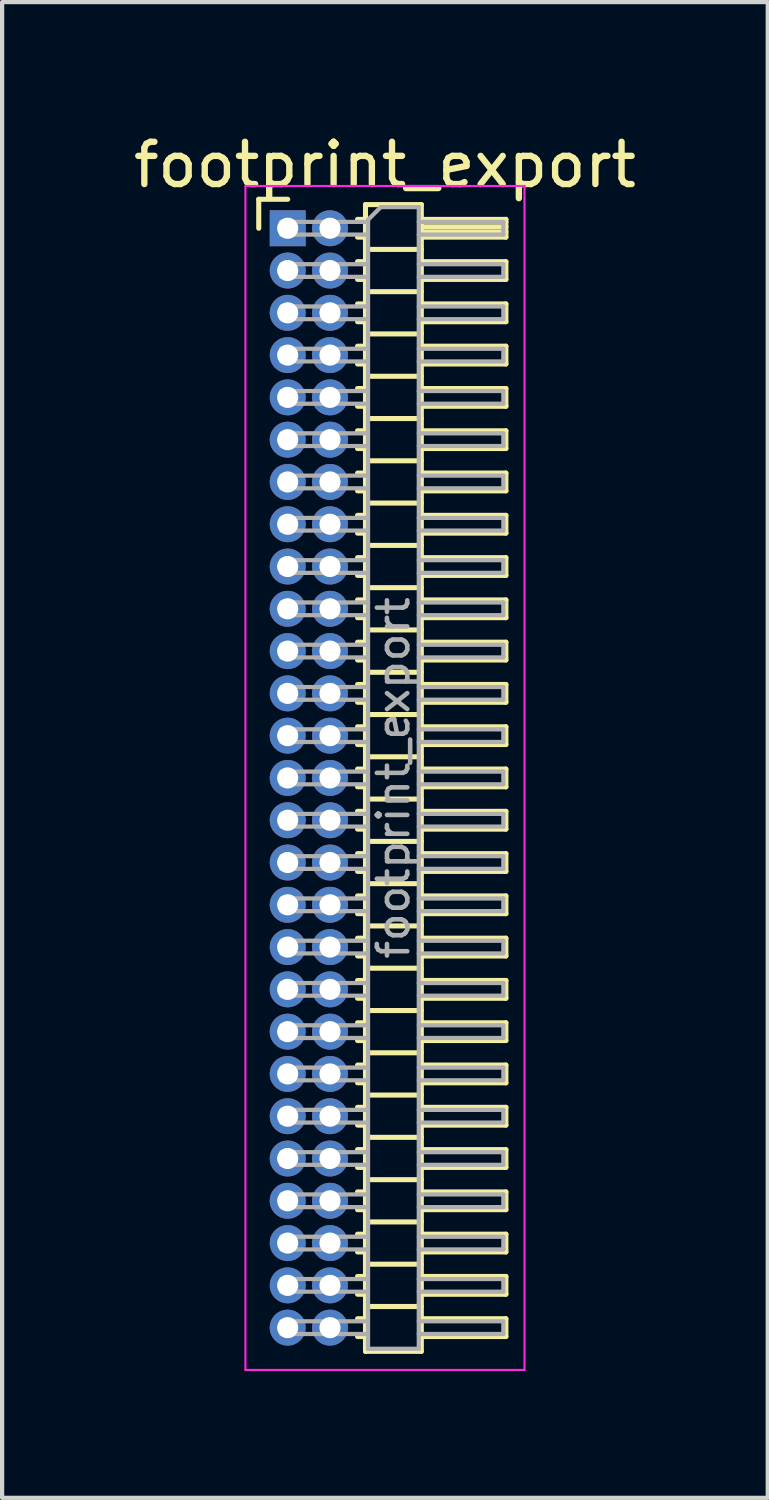
<source format=kicad_pcb>
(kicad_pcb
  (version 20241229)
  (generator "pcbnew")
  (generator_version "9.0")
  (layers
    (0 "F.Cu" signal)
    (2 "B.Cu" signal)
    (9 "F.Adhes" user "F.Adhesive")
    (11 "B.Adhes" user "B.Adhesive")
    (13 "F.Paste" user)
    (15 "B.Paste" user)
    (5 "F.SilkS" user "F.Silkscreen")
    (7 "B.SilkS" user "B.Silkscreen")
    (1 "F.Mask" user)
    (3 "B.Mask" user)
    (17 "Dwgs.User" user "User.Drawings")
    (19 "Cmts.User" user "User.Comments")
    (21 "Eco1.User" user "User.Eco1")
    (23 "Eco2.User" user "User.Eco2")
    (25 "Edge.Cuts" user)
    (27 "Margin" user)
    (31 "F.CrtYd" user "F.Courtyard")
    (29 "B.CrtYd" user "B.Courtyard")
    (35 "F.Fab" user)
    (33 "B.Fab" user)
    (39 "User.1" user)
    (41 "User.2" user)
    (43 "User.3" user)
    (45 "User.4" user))
  (footprint "footprint_export"
    (layer "F.Cu")
    (at 3.754 2.348)
    (property "Reference" "footprint_export" (at 2.3 -1.5 0) (layer "F.SilkS") (effects (font (size 1 1) (thickness 0.15))))
    (attr through_hole)
    (fp_line (start -0.685 -0.685) (end 0 -0.685) (stroke (width 0.12) (type solid)) (layer "F.SilkS"))
    (fp_line (start -0.685 0) (end -0.685 -0.685) (stroke (width 0.12) (type solid)) (layer "F.SilkS"))
    (fp_line (start 1.652 -0.21) (end 1.84 -0.21) (stroke (width 0.12) (type solid)) (layer "F.SilkS"))
    (fp_line (start 1.652 0.21) (end 1.84 0.21) (stroke (width 0.12) (type solid)) (layer "F.SilkS"))
    (fp_line (start 1.652 0.79) (end 1.84 0.79) (stroke (width 0.12) (type solid)) (layer "F.SilkS"))
    (fp_line (start 1.652 1.21) (end 1.84 1.21) (stroke (width 0.12) (type solid)) (layer "F.SilkS"))
    (fp_line (start 1.652 1.79) (end 1.84 1.79) (stroke (width 0.12) (type solid)) (layer "F.SilkS"))
    (fp_line (start 1.652 2.21) (end 1.84 2.21) (stroke (width 0.12) (type solid)) (layer "F.SilkS"))
    (fp_line (start 1.652 2.79) (end 1.84 2.79) (stroke (width 0.12) (type solid)) (layer "F.SilkS"))
    (fp_line (start 1.652 3.21) (end 1.84 3.21) (stroke (width 0.12) (type solid)) (layer "F.SilkS"))
    (fp_line (start 1.652 3.79) (end 1.84 3.79) (stroke (width 0.12) (type solid)) (layer "F.SilkS"))
    (fp_line (start 1.652 4.21) (end 1.84 4.21) (stroke (width 0.12) (type solid)) (layer "F.SilkS"))
    (fp_line (start 1.652 4.79) (end 1.84 4.79) (stroke (width 0.12) (type solid)) (layer "F.SilkS"))
    (fp_line (start 1.652 5.21) (end 1.84 5.21) (stroke (width 0.12) (type solid)) (layer "F.SilkS"))
    (fp_line (start 1.652 5.79) (end 1.84 5.79) (stroke (width 0.12) (type solid)) (layer "F.SilkS"))
    (fp_line (start 1.652 6.21) (end 1.84 6.21) (stroke (width 0.12) (type solid)) (layer "F.SilkS"))
    (fp_line (start 1.652 6.79) (end 1.84 6.79) (stroke (width 0.12) (type solid)) (layer "F.SilkS"))
    (fp_line (start 1.652 7.21) (end 1.84 7.21) (stroke (width 0.12) (type solid)) (layer "F.SilkS"))
    (fp_line (start 1.652 7.79) (end 1.84 7.79) (stroke (width 0.12) (type solid)) (layer "F.SilkS"))
    (fp_line (start 1.652 8.21) (end 1.84 8.21) (stroke (width 0.12) (type solid)) (layer "F.SilkS"))
    (fp_line (start 1.652 8.79) (end 1.84 8.79) (stroke (width 0.12) (type solid)) (layer "F.SilkS"))
    (fp_line (start 1.652 9.21) (end 1.84 9.21) (stroke (width 0.12) (type solid)) (layer "F.SilkS"))
    (fp_line (start 1.652 9.79) (end 1.84 9.79) (stroke (width 0.12) (type solid)) (layer "F.SilkS"))
    (fp_line (start 1.652 10.21) (end 1.84 10.21) (stroke (width 0.12) (type solid)) (layer "F.SilkS"))
    (fp_line (start 1.652 10.79) (end 1.84 10.79) (stroke (width 0.12) (type solid)) (layer "F.SilkS"))
    (fp_line (start 1.652 11.21) (end 1.84 11.21) (stroke (width 0.12) (type solid)) (layer "F.SilkS"))
    (fp_line (start 1.652 11.79) (end 1.84 11.79) (stroke (width 0.12) (type solid)) (layer "F.SilkS"))
    (fp_line (start 1.652 12.21) (end 1.84 12.21) (stroke (width 0.12) (type solid)) (layer "F.SilkS"))
    (fp_line (start 1.652 12.79) (end 1.84 12.79) (stroke (width 0.12) (type solid)) (layer "F.SilkS"))
    (fp_line (start 1.652 13.21) (end 1.84 13.21) (stroke (width 0.12) (type solid)) (layer "F.SilkS"))
    (fp_line (start 1.652 13.79) (end 1.84 13.79) (stroke (width 0.12) (type solid)) (layer "F.SilkS"))
    (fp_line (start 1.652 14.21) (end 1.84 14.21) (stroke (width 0.12) (type solid)) (layer "F.SilkS"))
    (fp_line (start 1.652 14.79) (end 1.84 14.79) (stroke (width 0.12) (type solid)) (layer "F.SilkS"))
    (fp_line (start 1.652 15.21) (end 1.84 15.21) (stroke (width 0.12) (type solid)) (layer "F.SilkS"))
    (fp_line (start 1.652 15.79) (end 1.84 15.79) (stroke (width 0.12) (type solid)) (layer "F.SilkS"))
    (fp_line (start 1.652 16.21) (end 1.84 16.21) (stroke (width 0.12) (type solid)) (layer "F.SilkS"))
    (fp_line (start 1.652 16.79) (end 1.84 16.79) (stroke (width 0.12) (type solid)) (layer "F.SilkS"))
    (fp_line (start 1.652 17.21) (end 1.84 17.21) (stroke (width 0.12) (type solid)) (layer "F.SilkS"))
    (fp_line (start 1.652 17.79) (end 1.84 17.79) (stroke (width 0.12) (type solid)) (layer "F.SilkS"))
    (fp_line (start 1.652 18.21) (end 1.84 18.21) (stroke (width 0.12) (type solid)) (layer "F.SilkS"))
    (fp_line (start 1.652 18.79) (end 1.84 18.79) (stroke (width 0.12) (type solid)) (layer "F.SilkS"))
    (fp_line (start 1.652 19.21) (end 1.84 19.21) (stroke (width 0.12) (type solid)) (layer "F.SilkS"))
    (fp_line (start 1.652 19.79) (end 1.84 19.79) (stroke (width 0.12) (type solid)) (layer "F.SilkS"))
    (fp_line (start 1.652 20.21) (end 1.84 20.21) (stroke (width 0.12) (type solid)) (layer "F.SilkS"))
    (fp_line (start 1.652 20.79) (end 1.84 20.79) (stroke (width 0.12) (type solid)) (layer "F.SilkS"))
    (fp_line (start 1.652 21.21) (end 1.84 21.21) (stroke (width 0.12) (type solid)) (layer "F.SilkS"))
    (fp_line (start 1.652 21.79) (end 1.84 21.79) (stroke (width 0.12) (type solid)) (layer "F.SilkS"))
    (fp_line (start 1.652 22.21) (end 1.84 22.21) (stroke (width 0.12) (type solid)) (layer "F.SilkS"))
    (fp_line (start 1.652 22.79) (end 1.84 22.79) (stroke (width 0.12) (type solid)) (layer "F.SilkS"))
    (fp_line (start 1.652 23.21) (end 1.84 23.21) (stroke (width 0.12) (type solid)) (layer "F.SilkS"))
    (fp_line (start 1.652 23.79) (end 1.84 23.79) (stroke (width 0.12) (type solid)) (layer "F.SilkS"))
    (fp_line (start 1.652 24.21) (end 1.84 24.21) (stroke (width 0.12) (type solid)) (layer "F.SilkS"))
    (fp_line (start 1.652 24.79) (end 1.84 24.79) (stroke (width 0.12) (type solid)) (layer "F.SilkS"))
    (fp_line (start 1.652 25.21) (end 1.84 25.21) (stroke (width 0.12) (type solid)) (layer "F.SilkS"))
    (fp_line (start 1.652 25.79) (end 1.84 25.79) (stroke (width 0.12) (type solid)) (layer "F.SilkS"))
    (fp_line (start 1.652 26.21) (end 1.84 26.21) (stroke (width 0.12) (type solid)) (layer "F.SilkS"))
    (fp_line (start 1.84 -0.56) (end 1.84 26.56) (stroke (width 0.12) (type solid)) (layer "F.SilkS"))
    (fp_line (start 1.84 0.5) (end 3.16 0.5) (stroke (width 0.12) (type solid)) (layer "F.SilkS"))
    (fp_line (start 1.84 1.5) (end 3.16 1.5) (stroke (width 0.12) (type solid)) (layer "F.SilkS"))
    (fp_line (start 1.84 2.5) (end 3.16 2.5) (stroke (width 0.12) (type solid)) (layer "F.SilkS"))
    (fp_line (start 1.84 3.5) (end 3.16 3.5) (stroke (width 0.12) (type solid)) (layer "F.SilkS"))
    (fp_line (start 1.84 4.5) (end 3.16 4.5) (stroke (width 0.12) (type solid)) (layer "F.SilkS"))
    (fp_line (start 1.84 5.5) (end 3.16 5.5) (stroke (width 0.12) (type solid)) (layer "F.SilkS"))
    (fp_line (start 1.84 6.5) (end 3.16 6.5) (stroke (width 0.12) (type solid)) (layer "F.SilkS"))
    (fp_line (start 1.84 7.5) (end 3.16 7.5) (stroke (width 0.12) (type solid)) (layer "F.SilkS"))
    (fp_line (start 1.84 8.5) (end 3.16 8.5) (stroke (width 0.12) (type solid)) (layer "F.SilkS"))
    (fp_line (start 1.84 9.5) (end 3.16 9.5) (stroke (width 0.12) (type solid)) (layer "F.SilkS"))
    (fp_line (start 1.84 10.5) (end 3.16 10.5) (stroke (width 0.12) (type solid)) (layer "F.SilkS"))
    (fp_line (start 1.84 11.5) (end 3.16 11.5) (stroke (width 0.12) (type solid)) (layer "F.SilkS"))
    (fp_line (start 1.84 12.5) (end 3.16 12.5) (stroke (width 0.12) (type solid)) (layer "F.SilkS"))
    (fp_line (start 1.84 13.5) (end 3.16 13.5) (stroke (width 0.12) (type solid)) (layer "F.SilkS"))
    (fp_line (start 1.84 14.5) (end 3.16 14.5) (stroke (width 0.12) (type solid)) (layer "F.SilkS"))
    (fp_line (start 1.84 15.5) (end 3.16 15.5) (stroke (width 0.12) (type solid)) (layer "F.SilkS"))
    (fp_line (start 1.84 16.5) (end 3.16 16.5) (stroke (width 0.12) (type solid)) (layer "F.SilkS"))
    (fp_line (start 1.84 17.5) (end 3.16 17.5) (stroke (width 0.12) (type solid)) (layer "F.SilkS"))
    (fp_line (start 1.84 18.5) (end 3.16 18.5) (stroke (width 0.12) (type solid)) (layer "F.SilkS"))
    (fp_line (start 1.84 19.5) (end 3.16 19.5) (stroke (width 0.12) (type solid)) (layer "F.SilkS"))
    (fp_line (start 1.84 20.5) (end 3.16 20.5) (stroke (width 0.12) (type solid)) (layer "F.SilkS"))
    (fp_line (start 1.84 21.5) (end 3.16 21.5) (stroke (width 0.12) (type solid)) (layer "F.SilkS"))
    (fp_line (start 1.84 22.5) (end 3.16 22.5) (stroke (width 0.12) (type solid)) (layer "F.SilkS"))
    (fp_line (start 1.84 23.5) (end 3.16 23.5) (stroke (width 0.12) (type solid)) (layer "F.SilkS"))
    (fp_line (start 1.84 24.5) (end 3.16 24.5) (stroke (width 0.12) (type solid)) (layer "F.SilkS"))
    (fp_line (start 1.84 25.5) (end 3.16 25.5) (stroke (width 0.12) (type solid)) (layer "F.SilkS"))
    (fp_line (start 1.84 26.56) (end 3.16 26.56) (stroke (width 0.12) (type solid)) (layer "F.SilkS"))
    (fp_line (start 3.16 -0.56) (end 1.84 -0.56) (stroke (width 0.12) (type solid)) (layer "F.SilkS"))
    (fp_line (start 3.16 -0.21) (end 5.16 -0.21) (stroke (width 0.12) (type solid)) (layer "F.SilkS"))
    (fp_line (start 3.16 -0.15) (end 5.16 -0.15) (stroke (width 0.12) (type solid)) (layer "F.SilkS"))
    (fp_line (start 3.16 -0.03) (end 5.16 -0.03) (stroke (width 0.12) (type solid)) (layer "F.SilkS"))
    (fp_line (start 3.16 0.09) (end 5.16 0.09) (stroke (width 0.12) (type solid)) (layer "F.SilkS"))
    (fp_line (start 3.16 0.79) (end 5.16 0.79) (stroke (width 0.12) (type solid)) (layer "F.SilkS"))
    (fp_line (start 3.16 1.79) (end 5.16 1.79) (stroke (width 0.12) (type solid)) (layer "F.SilkS"))
    (fp_line (start 3.16 2.79) (end 5.16 2.79) (stroke (width 0.12) (type solid)) (layer "F.SilkS"))
    (fp_line (start 3.16 3.79) (end 5.16 3.79) (stroke (width 0.12) (type solid)) (layer "F.SilkS"))
    (fp_line (start 3.16 4.79) (end 5.16 4.79) (stroke (width 0.12) (type solid)) (layer "F.SilkS"))
    (fp_line (start 3.16 5.79) (end 5.16 5.79) (stroke (width 0.12) (type solid)) (layer "F.SilkS"))
    (fp_line (start 3.16 6.79) (end 5.16 6.79) (stroke (width 0.12) (type solid)) (layer "F.SilkS"))
    (fp_line (start 3.16 7.79) (end 5.16 7.79) (stroke (width 0.12) (type solid)) (layer "F.SilkS"))
    (fp_line (start 3.16 8.79) (end 5.16 8.79) (stroke (width 0.12) (type solid)) (layer "F.SilkS"))
    (fp_line (start 3.16 9.79) (end 5.16 9.79) (stroke (width 0.12) (type solid)) (layer "F.SilkS"))
    (fp_line (start 3.16 10.79) (end 5.16 10.79) (stroke (width 0.12) (type solid)) (layer "F.SilkS"))
    (fp_line (start 3.16 11.79) (end 5.16 11.79) (stroke (width 0.12) (type solid)) (layer "F.SilkS"))
    (fp_line (start 3.16 12.79) (end 5.16 12.79) (stroke (width 0.12) (type solid)) (layer "F.SilkS"))
    (fp_line (start 3.16 13.79) (end 5.16 13.79) (stroke (width 0.12) (type solid)) (layer "F.SilkS"))
    (fp_line (start 3.16 14.79) (end 5.16 14.79) (stroke (width 0.12) (type solid)) (layer "F.SilkS"))
    (fp_line (start 3.16 15.79) (end 5.16 15.79) (stroke (width 0.12) (type solid)) (layer "F.SilkS"))
    (fp_line (start 3.16 16.79) (end 5.16 16.79) (stroke (width 0.12) (type solid)) (layer "F.SilkS"))
    (fp_line (start 3.16 17.79) (end 5.16 17.79) (stroke (width 0.12) (type solid)) (layer "F.SilkS"))
    (fp_line (start 3.16 18.79) (end 5.16 18.79) (stroke (width 0.12) (type solid)) (layer "F.SilkS"))
    (fp_line (start 3.16 19.79) (end 5.16 19.79) (stroke (width 0.12) (type solid)) (layer "F.SilkS"))
    (fp_line (start 3.16 20.79) (end 5.16 20.79) (stroke (width 0.12) (type solid)) (layer "F.SilkS"))
    (fp_line (start 3.16 21.79) (end 5.16 21.79) (stroke (width 0.12) (type solid)) (layer "F.SilkS"))
    (fp_line (start 3.16 22.79) (end 5.16 22.79) (stroke (width 0.12) (type solid)) (layer "F.SilkS"))
    (fp_line (start 3.16 23.79) (end 5.16 23.79) (stroke (width 0.12) (type solid)) (layer "F.SilkS"))
    (fp_line (start 3.16 24.79) (end 5.16 24.79) (stroke (width 0.12) (type solid)) (layer "F.SilkS"))
    (fp_line (start 3.16 25.79) (end 5.16 25.79) (stroke (width 0.12) (type solid)) (layer "F.SilkS"))
    (fp_line (start 3.16 26.56) (end 3.16 -0.56) (stroke (width 0.12) (type solid)) (layer "F.SilkS"))
    (fp_line (start 5.16 -0.21) (end 5.16 0.21) (stroke (width 0.12) (type solid)) (layer "F.SilkS"))
    (fp_line (start 5.16 0.21) (end 3.16 0.21) (stroke (width 0.12) (type solid)) (layer "F.SilkS"))
    (fp_line (start 5.16 0.79) (end 5.16 1.21) (stroke (width 0.12) (type solid)) (layer "F.SilkS"))
    (fp_line (start 5.16 1.21) (end 3.16 1.21) (stroke (width 0.12) (type solid)) (layer "F.SilkS"))
    (fp_line (start 5.16 1.79) (end 5.16 2.21) (stroke (width 0.12) (type solid)) (layer "F.SilkS"))
    (fp_line (start 5.16 2.21) (end 3.16 2.21) (stroke (width 0.12) (type solid)) (layer "F.SilkS"))
    (fp_line (start 5.16 2.79) (end 5.16 3.21) (stroke (width 0.12) (type solid)) (layer "F.SilkS"))
    (fp_line (start 5.16 3.21) (end 3.16 3.21) (stroke (width 0.12) (type solid)) (layer "F.SilkS"))
    (fp_line (start 5.16 3.79) (end 5.16 4.21) (stroke (width 0.12) (type solid)) (layer "F.SilkS"))
    (fp_line (start 5.16 4.21) (end 3.16 4.21) (stroke (width 0.12) (type solid)) (layer "F.SilkS"))
    (fp_line (start 5.16 4.79) (end 5.16 5.21) (stroke (width 0.12) (type solid)) (layer "F.SilkS"))
    (fp_line (start 5.16 5.21) (end 3.16 5.21) (stroke (width 0.12) (type solid)) (layer "F.SilkS"))
    (fp_line (start 5.16 5.79) (end 5.16 6.21) (stroke (width 0.12) (type solid)) (layer "F.SilkS"))
    (fp_line (start 5.16 6.21) (end 3.16 6.21) (stroke (width 0.12) (type solid)) (layer "F.SilkS"))
    (fp_line (start 5.16 6.79) (end 5.16 7.21) (stroke (width 0.12) (type solid)) (layer "F.SilkS"))
    (fp_line (start 5.16 7.21) (end 3.16 7.21) (stroke (width 0.12) (type solid)) (layer "F.SilkS"))
    (fp_line (start 5.16 7.79) (end 5.16 8.21) (stroke (width 0.12) (type solid)) (layer "F.SilkS"))
    (fp_line (start 5.16 8.21) (end 3.16 8.21) (stroke (width 0.12) (type solid)) (layer "F.SilkS"))
    (fp_line (start 5.16 8.79) (end 5.16 9.21) (stroke (width 0.12) (type solid)) (layer "F.SilkS"))
    (fp_line (start 5.16 9.21) (end 3.16 9.21) (stroke (width 0.12) (type solid)) (layer "F.SilkS"))
    (fp_line (start 5.16 9.79) (end 5.16 10.21) (stroke (width 0.12) (type solid)) (layer "F.SilkS"))
    (fp_line (start 5.16 10.21) (end 3.16 10.21) (stroke (width 0.12) (type solid)) (layer "F.SilkS"))
    (fp_line (start 5.16 10.79) (end 5.16 11.21) (stroke (width 0.12) (type solid)) (layer "F.SilkS"))
    (fp_line (start 5.16 11.21) (end 3.16 11.21) (stroke (width 0.12) (type solid)) (layer "F.SilkS"))
    (fp_line (start 5.16 11.79) (end 5.16 12.21) (stroke (width 0.12) (type solid)) (layer "F.SilkS"))
    (fp_line (start 5.16 12.21) (end 3.16 12.21) (stroke (width 0.12) (type solid)) (layer "F.SilkS"))
    (fp_line (start 5.16 12.79) (end 5.16 13.21) (stroke (width 0.12) (type solid)) (layer "F.SilkS"))
    (fp_line (start 5.16 13.21) (end 3.16 13.21) (stroke (width 0.12) (type solid)) (layer "F.SilkS"))
    (fp_line (start 5.16 13.79) (end 5.16 14.21) (stroke (width 0.12) (type solid)) (layer "F.SilkS"))
    (fp_line (start 5.16 14.21) (end 3.16 14.21) (stroke (width 0.12) (type solid)) (layer "F.SilkS"))
    (fp_line (start 5.16 14.79) (end 5.16 15.21) (stroke (width 0.12) (type solid)) (layer "F.SilkS"))
    (fp_line (start 5.16 15.21) (end 3.16 15.21) (stroke (width 0.12) (type solid)) (layer "F.SilkS"))
    (fp_line (start 5.16 15.79) (end 5.16 16.21) (stroke (width 0.12) (type solid)) (layer "F.SilkS"))
    (fp_line (start 5.16 16.21) (end 3.16 16.21) (stroke (width 0.12) (type solid)) (layer "F.SilkS"))
    (fp_line (start 5.16 16.79) (end 5.16 17.21) (stroke (width 0.12) (type solid)) (layer "F.SilkS"))
    (fp_line (start 5.16 17.21) (end 3.16 17.21) (stroke (width 0.12) (type solid)) (layer "F.SilkS"))
    (fp_line (start 5.16 17.79) (end 5.16 18.21) (stroke (width 0.12) (type solid)) (layer "F.SilkS"))
    (fp_line (start 5.16 18.21) (end 3.16 18.21) (stroke (width 0.12) (type solid)) (layer "F.SilkS"))
    (fp_line (start 5.16 18.79) (end 5.16 19.21) (stroke (width 0.12) (type solid)) (layer "F.SilkS"))
    (fp_line (start 5.16 19.21) (end 3.16 19.21) (stroke (width 0.12) (type solid)) (layer "F.SilkS"))
    (fp_line (start 5.16 19.79) (end 5.16 20.21) (stroke (width 0.12) (type solid)) (layer "F.SilkS"))
    (fp_line (start 5.16 20.21) (end 3.16 20.21) (stroke (width 0.12) (type solid)) (layer "F.SilkS"))
    (fp_line (start 5.16 20.79) (end 5.16 21.21) (stroke (width 0.12) (type solid)) (layer "F.SilkS"))
    (fp_line (start 5.16 21.21) (end 3.16 21.21) (stroke (width 0.12) (type solid)) (layer "F.SilkS"))
    (fp_line (start 5.16 21.79) (end 5.16 22.21) (stroke (width 0.12) (type solid)) (layer "F.SilkS"))
    (fp_line (start 5.16 22.21) (end 3.16 22.21) (stroke (width 0.12) (type solid)) (layer "F.SilkS"))
    (fp_line (start 5.16 22.79) (end 5.16 23.21) (stroke (width 0.12) (type solid)) (layer "F.SilkS"))
    (fp_line (start 5.16 23.21) (end 3.16 23.21) (stroke (width 0.12) (type solid)) (layer "F.SilkS"))
    (fp_line (start 5.16 23.79) (end 5.16 24.21) (stroke (width 0.12) (type solid)) (layer "F.SilkS"))
    (fp_line (start 5.16 24.21) (end 3.16 24.21) (stroke (width 0.12) (type solid)) (layer "F.SilkS"))
    (fp_line (start 5.16 24.79) (end 5.16 25.21) (stroke (width 0.12) (type solid)) (layer "F.SilkS"))
    (fp_line (start 5.16 25.21) (end 3.16 25.21) (stroke (width 0.12) (type solid)) (layer "F.SilkS"))
    (fp_line (start 5.16 25.79) (end 5.16 26.21) (stroke (width 0.12) (type solid)) (layer "F.SilkS"))
    (fp_line (start 5.16 26.21) (end 3.16 26.21) (stroke (width 0.12) (type solid)) (layer "F.SilkS"))
    (fp_line (start -1 -1) (end -1 27) (stroke (width 0.05) (type solid)) (layer "F.CrtYd"))
    (fp_line (start -1 27) (end 5.6 27) (stroke (width 0.05) (type solid)) (layer "F.CrtYd"))
    (fp_line (start 5.6 -1) (end -1 -1) (stroke (width 0.05) (type solid)) (layer "F.CrtYd"))
    (fp_line (start 5.6 27) (end 5.6 -1) (stroke (width 0.05) (type solid)) (layer "F.CrtYd"))
    (fp_line (start -0.15 -0.15) (end -0.15 0.15) (stroke (width 0.1) (type solid)) (layer "F.Fab"))
    (fp_line (start -0.15 -0.15) (end 1.9 -0.15) (stroke (width 0.1) (type solid)) (layer "F.Fab"))
    (fp_line (start -0.15 0.15) (end 1.9 0.15) (stroke (width 0.1) (type solid)) (layer "F.Fab"))
    (fp_line (start -0.15 0.85) (end -0.15 1.15) (stroke (width 0.1) (type solid)) (layer "F.Fab"))
    (fp_line (start -0.15 0.85) (end 1.9 0.85) (stroke (width 0.1) (type solid)) (layer "F.Fab"))
    (fp_line (start -0.15 1.15) (end 1.9 1.15) (stroke (width 0.1) (type solid)) (layer "F.Fab"))
    (fp_line (start -0.15 1.85) (end -0.15 2.15) (stroke (width 0.1) (type solid)) (layer "F.Fab"))
    (fp_line (start -0.15 1.85) (end 1.9 1.85) (stroke (width 0.1) (type solid)) (layer "F.Fab"))
    (fp_line (start -0.15 2.15) (end 1.9 2.15) (stroke (width 0.1) (type solid)) (layer "F.Fab"))
    (fp_line (start -0.15 2.85) (end -0.15 3.15) (stroke (width 0.1) (type solid)) (layer "F.Fab"))
    (fp_line (start -0.15 2.85) (end 1.9 2.85) (stroke (width 0.1) (type solid)) (layer "F.Fab"))
    (fp_line (start -0.15 3.15) (end 1.9 3.15) (stroke (width 0.1) (type solid)) (layer "F.Fab"))
    (fp_line (start -0.15 3.85) (end -0.15 4.15) (stroke (width 0.1) (type solid)) (layer "F.Fab"))
    (fp_line (start -0.15 3.85) (end 1.9 3.85) (stroke (width 0.1) (type solid)) (layer "F.Fab"))
    (fp_line (start -0.15 4.15) (end 1.9 4.15) (stroke (width 0.1) (type solid)) (layer "F.Fab"))
    (fp_line (start -0.15 4.85) (end -0.15 5.15) (stroke (width 0.1) (type solid)) (layer "F.Fab"))
    (fp_line (start -0.15 4.85) (end 1.9 4.85) (stroke (width 0.1) (type solid)) (layer "F.Fab"))
    (fp_line (start -0.15 5.15) (end 1.9 5.15) (stroke (width 0.1) (type solid)) (layer "F.Fab"))
    (fp_line (start -0.15 5.85) (end -0.15 6.15) (stroke (width 0.1) (type solid)) (layer "F.Fab"))
    (fp_line (start -0.15 5.85) (end 1.9 5.85) (stroke (width 0.1) (type solid)) (layer "F.Fab"))
    (fp_line (start -0.15 6.15) (end 1.9 6.15) (stroke (width 0.1) (type solid)) (layer "F.Fab"))
    (fp_line (start -0.15 6.85) (end -0.15 7.15) (stroke (width 0.1) (type solid)) (layer "F.Fab"))
    (fp_line (start -0.15 6.85) (end 1.9 6.85) (stroke (width 0.1) (type solid)) (layer "F.Fab"))
    (fp_line (start -0.15 7.15) (end 1.9 7.15) (stroke (width 0.1) (type solid)) (layer "F.Fab"))
    (fp_line (start -0.15 7.85) (end -0.15 8.15) (stroke (width 0.1) (type solid)) (layer "F.Fab"))
    (fp_line (start -0.15 7.85) (end 1.9 7.85) (stroke (width 0.1) (type solid)) (layer "F.Fab"))
    (fp_line (start -0.15 8.15) (end 1.9 8.15) (stroke (width 0.1) (type solid)) (layer "F.Fab"))
    (fp_line (start -0.15 8.85) (end -0.15 9.15) (stroke (width 0.1) (type solid)) (layer "F.Fab"))
    (fp_line (start -0.15 8.85) (end 1.9 8.85) (stroke (width 0.1) (type solid)) (layer "F.Fab"))
    (fp_line (start -0.15 9.15) (end 1.9 9.15) (stroke (width 0.1) (type solid)) (layer "F.Fab"))
    (fp_line (start -0.15 9.85) (end -0.15 10.15) (stroke (width 0.1) (type solid)) (layer "F.Fab"))
    (fp_line (start -0.15 9.85) (end 1.9 9.85) (stroke (width 0.1) (type solid)) (layer "F.Fab"))
    (fp_line (start -0.15 10.15) (end 1.9 10.15) (stroke (width 0.1) (type solid)) (layer "F.Fab"))
    (fp_line (start -0.15 10.85) (end -0.15 11.15) (stroke (width 0.1) (type solid)) (layer "F.Fab"))
    (fp_line (start -0.15 10.85) (end 1.9 10.85) (stroke (width 0.1) (type solid)) (layer "F.Fab"))
    (fp_line (start -0.15 11.15) (end 1.9 11.15) (stroke (width 0.1) (type solid)) (layer "F.Fab"))
    (fp_line (start -0.15 11.85) (end -0.15 12.15) (stroke (width 0.1) (type solid)) (layer "F.Fab"))
    (fp_line (start -0.15 11.85) (end 1.9 11.85) (stroke (width 0.1) (type solid)) (layer "F.Fab"))
    (fp_line (start -0.15 12.15) (end 1.9 12.15) (stroke (width 0.1) (type solid)) (layer "F.Fab"))
    (fp_line (start -0.15 12.85) (end -0.15 13.15) (stroke (width 0.1) (type solid)) (layer "F.Fab"))
    (fp_line (start -0.15 12.85) (end 1.9 12.85) (stroke (width 0.1) (type solid)) (layer "F.Fab"))
    (fp_line (start -0.15 13.15) (end 1.9 13.15) (stroke (width 0.1) (type solid)) (layer "F.Fab"))
    (fp_line (start -0.15 13.85) (end -0.15 14.15) (stroke (width 0.1) (type solid)) (layer "F.Fab"))
    (fp_line (start -0.15 13.85) (end 1.9 13.85) (stroke (width 0.1) (type solid)) (layer "F.Fab"))
    (fp_line (start -0.15 14.15) (end 1.9 14.15) (stroke (width 0.1) (type solid)) (layer "F.Fab"))
    (fp_line (start -0.15 14.85) (end -0.15 15.15) (stroke (width 0.1) (type solid)) (layer "F.Fab"))
    (fp_line (start -0.15 14.85) (end 1.9 14.85) (stroke (width 0.1) (type solid)) (layer "F.Fab"))
    (fp_line (start -0.15 15.15) (end 1.9 15.15) (stroke (width 0.1) (type solid)) (layer "F.Fab"))
    (fp_line (start -0.15 15.85) (end -0.15 16.15) (stroke (width 0.1) (type solid)) (layer "F.Fab"))
    (fp_line (start -0.15 15.85) (end 1.9 15.85) (stroke (width 0.1) (type solid)) (layer "F.Fab"))
    (fp_line (start -0.15 16.15) (end 1.9 16.15) (stroke (width 0.1) (type solid)) (layer "F.Fab"))
    (fp_line (start -0.15 16.85) (end -0.15 17.15) (stroke (width 0.1) (type solid)) (layer "F.Fab"))
    (fp_line (start -0.15 16.85) (end 1.9 16.85) (stroke (width 0.1) (type solid)) (layer "F.Fab"))
    (fp_line (start -0.15 17.15) (end 1.9 17.15) (stroke (width 0.1) (type solid)) (layer "F.Fab"))
    (fp_line (start -0.15 17.85) (end -0.15 18.15) (stroke (width 0.1) (type solid)) (layer "F.Fab"))
    (fp_line (start -0.15 17.85) (end 1.9 17.85) (stroke (width 0.1) (type solid)) (layer "F.Fab"))
    (fp_line (start -0.15 18.15) (end 1.9 18.15) (stroke (width 0.1) (type solid)) (layer "F.Fab"))
    (fp_line (start -0.15 18.85) (end -0.15 19.15) (stroke (width 0.1) (type solid)) (layer "F.Fab"))
    (fp_line (start -0.15 18.85) (end 1.9 18.85) (stroke (width 0.1) (type solid)) (layer "F.Fab"))
    (fp_line (start -0.15 19.15) (end 1.9 19.15) (stroke (width 0.1) (type solid)) (layer "F.Fab"))
    (fp_line (start -0.15 19.85) (end -0.15 20.15) (stroke (width 0.1) (type solid)) (layer "F.Fab"))
    (fp_line (start -0.15 19.85) (end 1.9 19.85) (stroke (width 0.1) (type solid)) (layer "F.Fab"))
    (fp_line (start -0.15 20.15) (end 1.9 20.15) (stroke (width 0.1) (type solid)) (layer "F.Fab"))
    (fp_line (start -0.15 20.85) (end -0.15 21.15) (stroke (width 0.1) (type solid)) (layer "F.Fab"))
    (fp_line (start -0.15 20.85) (end 1.9 20.85) (stroke (width 0.1) (type solid)) (layer "F.Fab"))
    (fp_line (start -0.15 21.15) (end 1.9 21.15) (stroke (width 0.1) (type solid)) (layer "F.Fab"))
    (fp_line (start -0.15 21.85) (end -0.15 22.15) (stroke (width 0.1) (type solid)) (layer "F.Fab"))
    (fp_line (start -0.15 21.85) (end 1.9 21.85) (stroke (width 0.1) (type solid)) (layer "F.Fab"))
    (fp_line (start -0.15 22.15) (end 1.9 22.15) (stroke (width 0.1) (type solid)) (layer "F.Fab"))
    (fp_line (start -0.15 22.85) (end -0.15 23.15) (stroke (width 0.1) (type solid)) (layer "F.Fab"))
    (fp_line (start -0.15 22.85) (end 1.9 22.85) (stroke (width 0.1) (type solid)) (layer "F.Fab"))
    (fp_line (start -0.15 23.15) (end 1.9 23.15) (stroke (width 0.1) (type solid)) (layer "F.Fab"))
    (fp_line (start -0.15 23.85) (end -0.15 24.15) (stroke (width 0.1) (type solid)) (layer "F.Fab"))
    (fp_line (start -0.15 23.85) (end 1.9 23.85) (stroke (width 0.1) (type solid)) (layer "F.Fab"))
    (fp_line (start -0.15 24.15) (end 1.9 24.15) (stroke (width 0.1) (type solid)) (layer "F.Fab"))
    (fp_line (start -0.15 24.85) (end -0.15 25.15) (stroke (width 0.1) (type solid)) (layer "F.Fab"))
    (fp_line (start -0.15 24.85) (end 1.9 24.85) (stroke (width 0.1) (type solid)) (layer "F.Fab"))
    (fp_line (start -0.15 25.15) (end 1.9 25.15) (stroke (width 0.1) (type solid)) (layer "F.Fab"))
    (fp_line (start -0.15 25.85) (end -0.15 26.15) (stroke (width 0.1) (type solid)) (layer "F.Fab"))
    (fp_line (start -0.15 25.85) (end 1.9 25.85) (stroke (width 0.1) (type solid)) (layer "F.Fab"))
    (fp_line (start -0.15 26.15) (end 1.9 26.15) (stroke (width 0.1) (type solid)) (layer "F.Fab"))
    (fp_line (start 1.9 -0.2) (end 2.2 -0.5) (stroke (width 0.1) (type solid)) (layer "F.Fab"))
    (fp_line (start 1.9 26.5) (end 1.9 -0.2) (stroke (width 0.1) (type solid)) (layer "F.Fab"))
    (fp_line (start 2.2 -0.5) (end 3.1 -0.5) (stroke (width 0.1) (type solid)) (layer "F.Fab"))
    (fp_line (start 3.1 -0.5) (end 3.1 26.5) (stroke (width 0.1) (type solid)) (layer "F.Fab"))
    (fp_line (start 3.1 -0.15) (end 5.1 -0.15) (stroke (width 0.1) (type solid)) (layer "F.Fab"))
    (fp_line (start 3.1 0.15) (end 5.1 0.15) (stroke (width 0.1) (type solid)) (layer "F.Fab"))
    (fp_line (start 3.1 0.85) (end 5.1 0.85) (stroke (width 0.1) (type solid)) (layer "F.Fab"))
    (fp_line (start 3.1 1.15) (end 5.1 1.15) (stroke (width 0.1) (type solid)) (layer "F.Fab"))
    (fp_line (start 3.1 1.85) (end 5.1 1.85) (stroke (width 0.1) (type solid)) (layer "F.Fab"))
    (fp_line (start 3.1 2.15) (end 5.1 2.15) (stroke (width 0.1) (type solid)) (layer "F.Fab"))
    (fp_line (start 3.1 2.85) (end 5.1 2.85) (stroke (width 0.1) (type solid)) (layer "F.Fab"))
    (fp_line (start 3.1 3.15) (end 5.1 3.15) (stroke (width 0.1) (type solid)) (layer "F.Fab"))
    (fp_line (start 3.1 3.85) (end 5.1 3.85) (stroke (width 0.1) (type solid)) (layer "F.Fab"))
    (fp_line (start 3.1 4.15) (end 5.1 4.15) (stroke (width 0.1) (type solid)) (layer "F.Fab"))
    (fp_line (start 3.1 4.85) (end 5.1 4.85) (stroke (width 0.1) (type solid)) (layer "F.Fab"))
    (fp_line (start 3.1 5.15) (end 5.1 5.15) (stroke (width 0.1) (type solid)) (layer "F.Fab"))
    (fp_line (start 3.1 5.85) (end 5.1 5.85) (stroke (width 0.1) (type solid)) (layer "F.Fab"))
    (fp_line (start 3.1 6.15) (end 5.1 6.15) (stroke (width 0.1) (type solid)) (layer "F.Fab"))
    (fp_line (start 3.1 6.85) (end 5.1 6.85) (stroke (width 0.1) (type solid)) (layer "F.Fab"))
    (fp_line (start 3.1 7.15) (end 5.1 7.15) (stroke (width 0.1) (type solid)) (layer "F.Fab"))
    (fp_line (start 3.1 7.85) (end 5.1 7.85) (stroke (width 0.1) (type solid)) (layer "F.Fab"))
    (fp_line (start 3.1 8.15) (end 5.1 8.15) (stroke (width 0.1) (type solid)) (layer "F.Fab"))
    (fp_line (start 3.1 8.85) (end 5.1 8.85) (stroke (width 0.1) (type solid)) (layer "F.Fab"))
    (fp_line (start 3.1 9.15) (end 5.1 9.15) (stroke (width 0.1) (type solid)) (layer "F.Fab"))
    (fp_line (start 3.1 9.85) (end 5.1 9.85) (stroke (width 0.1) (type solid)) (layer "F.Fab"))
    (fp_line (start 3.1 10.15) (end 5.1 10.15) (stroke (width 0.1) (type solid)) (layer "F.Fab"))
    (fp_line (start 3.1 10.85) (end 5.1 10.85) (stroke (width 0.1) (type solid)) (layer "F.Fab"))
    (fp_line (start 3.1 11.15) (end 5.1 11.15) (stroke (width 0.1) (type solid)) (layer "F.Fab"))
    (fp_line (start 3.1 11.85) (end 5.1 11.85) (stroke (width 0.1) (type solid)) (layer "F.Fab"))
    (fp_line (start 3.1 12.15) (end 5.1 12.15) (stroke (width 0.1) (type solid)) (layer "F.Fab"))
    (fp_line (start 3.1 12.85) (end 5.1 12.85) (stroke (width 0.1) (type solid)) (layer "F.Fab"))
    (fp_line (start 3.1 13.15) (end 5.1 13.15) (stroke (width 0.1) (type solid)) (layer "F.Fab"))
    (fp_line (start 3.1 13.85) (end 5.1 13.85) (stroke (width 0.1) (type solid)) (layer "F.Fab"))
    (fp_line (start 3.1 14.15) (end 5.1 14.15) (stroke (width 0.1) (type solid)) (layer "F.Fab"))
    (fp_line (start 3.1 14.85) (end 5.1 14.85) (stroke (width 0.1) (type solid)) (layer "F.Fab"))
    (fp_line (start 3.1 15.15) (end 5.1 15.15) (stroke (width 0.1) (type solid)) (layer "F.Fab"))
    (fp_line (start 3.1 15.85) (end 5.1 15.85) (stroke (width 0.1) (type solid)) (layer "F.Fab"))
    (fp_line (start 3.1 16.15) (end 5.1 16.15) (stroke (width 0.1) (type solid)) (layer "F.Fab"))
    (fp_line (start 3.1 16.85) (end 5.1 16.85) (stroke (width 0.1) (type solid)) (layer "F.Fab"))
    (fp_line (start 3.1 17.15) (end 5.1 17.15) (stroke (width 0.1) (type solid)) (layer "F.Fab"))
    (fp_line (start 3.1 17.85) (end 5.1 17.85) (stroke (width 0.1) (type solid)) (layer "F.Fab"))
    (fp_line (start 3.1 18.15) (end 5.1 18.15) (stroke (width 0.1) (type solid)) (layer "F.Fab"))
    (fp_line (start 3.1 18.85) (end 5.1 18.85) (stroke (width 0.1) (type solid)) (layer "F.Fab"))
    (fp_line (start 3.1 19.15) (end 5.1 19.15) (stroke (width 0.1) (type solid)) (layer "F.Fab"))
    (fp_line (start 3.1 19.85) (end 5.1 19.85) (stroke (width 0.1) (type solid)) (layer "F.Fab"))
    (fp_line (start 3.1 20.15) (end 5.1 20.15) (stroke (width 0.1) (type solid)) (layer "F.Fab"))
    (fp_line (start 3.1 20.85) (end 5.1 20.85) (stroke (width 0.1) (type solid)) (layer "F.Fab"))
    (fp_line (start 3.1 21.15) (end 5.1 21.15) (stroke (width 0.1) (type solid)) (layer "F.Fab"))
    (fp_line (start 3.1 21.85) (end 5.1 21.85) (stroke (width 0.1) (type solid)) (layer "F.Fab"))
    (fp_line (start 3.1 22.15) (end 5.1 22.15) (stroke (width 0.1) (type solid)) (layer "F.Fab"))
    (fp_line (start 3.1 22.85) (end 5.1 22.85) (stroke (width 0.1) (type solid)) (layer "F.Fab"))
    (fp_line (start 3.1 23.15) (end 5.1 23.15) (stroke (width 0.1) (type solid)) (layer "F.Fab"))
    (fp_line (start 3.1 23.85) (end 5.1 23.85) (stroke (width 0.1) (type solid)) (layer "F.Fab"))
    (fp_line (start 3.1 24.15) (end 5.1 24.15) (stroke (width 0.1) (type solid)) (layer "F.Fab"))
    (fp_line (start 3.1 24.85) (end 5.1 24.85) (stroke (width 0.1) (type solid)) (layer "F.Fab"))
    (fp_line (start 3.1 25.15) (end 5.1 25.15) (stroke (width 0.1) (type solid)) (layer "F.Fab"))
    (fp_line (start 3.1 25.85) (end 5.1 25.85) (stroke (width 0.1) (type solid)) (layer "F.Fab"))
    (fp_line (start 3.1 26.15) (end 5.1 26.15) (stroke (width 0.1) (type solid)) (layer "F.Fab"))
    (fp_line (start 3.1 26.5) (end 1.9 26.5) (stroke (width 0.1) (type solid)) (layer "F.Fab"))
    (fp_line (start 5.1 -0.15) (end 5.1 0.15) (stroke (width 0.1) (type solid)) (layer "F.Fab"))
    (fp_line (start 5.1 0.85) (end 5.1 1.15) (stroke (width 0.1) (type solid)) (layer "F.Fab"))
    (fp_line (start 5.1 1.85) (end 5.1 2.15) (stroke (width 0.1) (type solid)) (layer "F.Fab"))
    (fp_line (start 5.1 2.85) (end 5.1 3.15) (stroke (width 0.1) (type solid)) (layer "F.Fab"))
    (fp_line (start 5.1 3.85) (end 5.1 4.15) (stroke (width 0.1) (type solid)) (layer "F.Fab"))
    (fp_line (start 5.1 4.85) (end 5.1 5.15) (stroke (width 0.1) (type solid)) (layer "F.Fab"))
    (fp_line (start 5.1 5.85) (end 5.1 6.15) (stroke (width 0.1) (type solid)) (layer "F.Fab"))
    (fp_line (start 5.1 6.85) (end 5.1 7.15) (stroke (width 0.1) (type solid)) (layer "F.Fab"))
    (fp_line (start 5.1 7.85) (end 5.1 8.15) (stroke (width 0.1) (type solid)) (layer "F.Fab"))
    (fp_line (start 5.1 8.85) (end 5.1 9.15) (stroke (width 0.1) (type solid)) (layer "F.Fab"))
    (fp_line (start 5.1 9.85) (end 5.1 10.15) (stroke (width 0.1) (type solid)) (layer "F.Fab"))
    (fp_line (start 5.1 10.85) (end 5.1 11.15) (stroke (width 0.1) (type solid)) (layer "F.Fab"))
    (fp_line (start 5.1 11.85) (end 5.1 12.15) (stroke (width 0.1) (type solid)) (layer "F.Fab"))
    (fp_line (start 5.1 12.85) (end 5.1 13.15) (stroke (width 0.1) (type solid)) (layer "F.Fab"))
    (fp_line (start 5.1 13.85) (end 5.1 14.15) (stroke (width 0.1) (type solid)) (layer "F.Fab"))
    (fp_line (start 5.1 14.85) (end 5.1 15.15) (stroke (width 0.1) (type solid)) (layer "F.Fab"))
    (fp_line (start 5.1 15.85) (end 5.1 16.15) (stroke (width 0.1) (type solid)) (layer "F.Fab"))
    (fp_line (start 5.1 16.85) (end 5.1 17.15) (stroke (width 0.1) (type solid)) (layer "F.Fab"))
    (fp_line (start 5.1 17.85) (end 5.1 18.15) (stroke (width 0.1) (type solid)) (layer "F.Fab"))
    (fp_line (start 5.1 18.85) (end 5.1 19.15) (stroke (width 0.1) (type solid)) (layer "F.Fab"))
    (fp_line (start 5.1 19.85) (end 5.1 20.15) (stroke (width 0.1) (type solid)) (layer "F.Fab"))
    (fp_line (start 5.1 20.85) (end 5.1 21.15) (stroke (width 0.1) (type solid)) (layer "F.Fab"))
    (fp_line (start 5.1 21.85) (end 5.1 22.15) (stroke (width 0.1) (type solid)) (layer "F.Fab"))
    (fp_line (start 5.1 22.85) (end 5.1 23.15) (stroke (width 0.1) (type solid)) (layer "F.Fab"))
    (fp_line (start 5.1 23.85) (end 5.1 24.15) (stroke (width 0.1) (type solid)) (layer "F.Fab"))
    (fp_line (start 5.1 24.85) (end 5.1 25.15) (stroke (width 0.1) (type solid)) (layer "F.Fab"))
    (fp_line (start 5.1 25.85) (end 5.1 26.15) (stroke (width 0.1) (type solid)) (layer "F.Fab"))
    (fp_text user "${REFERENCE}" (at 2.5 13 90) (layer "F.Fab") (effects (font (size 0.72 0.72) (thickness 0.108))))
    (pad "1" thru_hole rect (at 0 0) (size 0.85 0.85) (drill 0.5) (layers "*.Cu" "*.Mask"))
    (pad "2" thru_hole oval (at 1 0) (size 0.85 0.85) (drill 0.5) (layers "*.Cu" "*.Mask"))
    (pad "3" thru_hole oval (at 0 1) (size 0.85 0.85) (drill 0.5) (layers "*.Cu" "*.Mask"))
    (pad "4" thru_hole oval (at 1 1) (size 0.85 0.85) (drill 0.5) (layers "*.Cu" "*.Mask"))
    (pad "5" thru_hole oval (at 0 2) (size 0.85 0.85) (drill 0.5) (layers "*.Cu" "*.Mask"))
    (pad "6" thru_hole oval (at 1 2) (size 0.85 0.85) (drill 0.5) (layers "*.Cu" "*.Mask"))
    (pad "7" thru_hole oval (at 0 3) (size 0.85 0.85) (drill 0.5) (layers "*.Cu" "*.Mask"))
    (pad "8" thru_hole oval (at 1 3) (size 0.85 0.85) (drill 0.5) (layers "*.Cu" "*.Mask"))
    (pad "9" thru_hole oval (at 0 4) (size 0.85 0.85) (drill 0.5) (layers "*.Cu" "*.Mask"))
    (pad "10" thru_hole oval (at 1 4) (size 0.85 0.85) (drill 0.5) (layers "*.Cu" "*.Mask"))
    (pad "11" thru_hole oval (at 0 5) (size 0.85 0.85) (drill 0.5) (layers "*.Cu" "*.Mask"))
    (pad "12" thru_hole oval (at 1 5) (size 0.85 0.85) (drill 0.5) (layers "*.Cu" "*.Mask"))
    (pad "13" thru_hole oval (at 0 6) (size 0.85 0.85) (drill 0.5) (layers "*.Cu" "*.Mask"))
    (pad "14" thru_hole oval (at 1 6) (size 0.85 0.85) (drill 0.5) (layers "*.Cu" "*.Mask"))
    (pad "15" thru_hole oval (at 0 7) (size 0.85 0.85) (drill 0.5) (layers "*.Cu" "*.Mask"))
    (pad "16" thru_hole oval (at 1 7) (size 0.85 0.85) (drill 0.5) (layers "*.Cu" "*.Mask"))
    (pad "17" thru_hole oval (at 0 8) (size 0.85 0.85) (drill 0.5) (layers "*.Cu" "*.Mask"))
    (pad "18" thru_hole oval (at 1 8) (size 0.85 0.85) (drill 0.5) (layers "*.Cu" "*.Mask"))
    (pad "19" thru_hole oval (at 0 9) (size 0.85 0.85) (drill 0.5) (layers "*.Cu" "*.Mask"))
    (pad "20" thru_hole oval (at 1 9) (size 0.85 0.85) (drill 0.5) (layers "*.Cu" "*.Mask"))
    (pad "21" thru_hole oval (at 0 10) (size 0.85 0.85) (drill 0.5) (layers "*.Cu" "*.Mask"))
    (pad "22" thru_hole oval (at 1 10) (size 0.85 0.85) (drill 0.5) (layers "*.Cu" "*.Mask"))
    (pad "23" thru_hole oval (at 0 11) (size 0.85 0.85) (drill 0.5) (layers "*.Cu" "*.Mask"))
    (pad "24" thru_hole oval (at 1 11) (size 0.85 0.85) (drill 0.5) (layers "*.Cu" "*.Mask"))
    (pad "25" thru_hole oval (at 0 12) (size 0.85 0.85) (drill 0.5) (layers "*.Cu" "*.Mask"))
    (pad "26" thru_hole oval (at 1 12) (size 0.85 0.85) (drill 0.5) (layers "*.Cu" "*.Mask"))
    (pad "27" thru_hole oval (at 0 13) (size 0.85 0.85) (drill 0.5) (layers "*.Cu" "*.Mask"))
    (pad "28" thru_hole oval (at 1 13) (size 0.85 0.85) (drill 0.5) (layers "*.Cu" "*.Mask"))
    (pad "29" thru_hole oval (at 0 14) (size 0.85 0.85) (drill 0.5) (layers "*.Cu" "*.Mask"))
    (pad "30" thru_hole oval (at 1 14) (size 0.85 0.85) (drill 0.5) (layers "*.Cu" "*.Mask"))
    (pad "31" thru_hole oval (at 0 15) (size 0.85 0.85) (drill 0.5) (layers "*.Cu" "*.Mask"))
    (pad "32" thru_hole oval (at 1 15) (size 0.85 0.85) (drill 0.5) (layers "*.Cu" "*.Mask"))
    (pad "33" thru_hole oval (at 0 16) (size 0.85 0.85) (drill 0.5) (layers "*.Cu" "*.Mask"))
    (pad "34" thru_hole oval (at 1 16) (size 0.85 0.85) (drill 0.5) (layers "*.Cu" "*.Mask"))
    (pad "35" thru_hole oval (at 0 17) (size 0.85 0.85) (drill 0.5) (layers "*.Cu" "*.Mask"))
    (pad "36" thru_hole oval (at 1 17) (size 0.85 0.85) (drill 0.5) (layers "*.Cu" "*.Mask"))
    (pad "37" thru_hole oval (at 0 18) (size 0.85 0.85) (drill 0.5) (layers "*.Cu" "*.Mask"))
    (pad "38" thru_hole oval (at 1 18) (size 0.85 0.85) (drill 0.5) (layers "*.Cu" "*.Mask"))
    (pad "39" thru_hole oval (at 0 19) (size 0.85 0.85) (drill 0.5) (layers "*.Cu" "*.Mask"))
    (pad "40" thru_hole oval (at 1 19) (size 0.85 0.85) (drill 0.5) (layers "*.Cu" "*.Mask"))
    (pad "41" thru_hole oval (at 0 20) (size 0.85 0.85) (drill 0.5) (layers "*.Cu" "*.Mask"))
    (pad "42" thru_hole oval (at 1 20) (size 0.85 0.85) (drill 0.5) (layers "*.Cu" "*.Mask"))
    (pad "43" thru_hole oval (at 0 21) (size 0.85 0.85) (drill 0.5) (layers "*.Cu" "*.Mask"))
    (pad "44" thru_hole oval (at 1 21) (size 0.85 0.85) (drill 0.5) (layers "*.Cu" "*.Mask"))
    (pad "45" thru_hole oval (at 0 22) (size 0.85 0.85) (drill 0.5) (layers "*.Cu" "*.Mask"))
    (pad "46" thru_hole oval (at 1 22) (size 0.85 0.85) (drill 0.5) (layers "*.Cu" "*.Mask"))
    (pad "47" thru_hole oval (at 0 23) (size 0.85 0.85) (drill 0.5) (layers "*.Cu" "*.Mask"))
    (pad "48" thru_hole oval (at 1 23) (size 0.85 0.85) (drill 0.5) (layers "*.Cu" "*.Mask"))
    (pad "49" thru_hole oval (at 0 24) (size 0.85 0.85) (drill 0.5) (layers "*.Cu" "*.Mask"))
    (pad "50" thru_hole oval (at 1 24) (size 0.85 0.85) (drill 0.5) (layers "*.Cu" "*.Mask"))
    (pad "51" thru_hole oval (at 0 25) (size 0.85 0.85) (drill 0.5) (layers "*.Cu" "*.Mask"))
    (pad "52" thru_hole oval (at 1 25) (size 0.85 0.85) (drill 0.5) (layers "*.Cu" "*.Mask"))
    (pad "53" thru_hole oval (at 0 26) (size 0.85 0.85) (drill 0.5) (layers "*.Cu" "*.Mask"))
    (pad "54" thru_hole oval (at 1 26) (size 0.85 0.85) (drill 0.5) (layers "*.Cu" "*.Mask")))
  (gr_rect
    (start -3 -3)
    (end 15.107 32.373)
    (stroke (width 0.1) (type default))
    (fill no)
    (layer "Edge.Cuts")))
</source>
